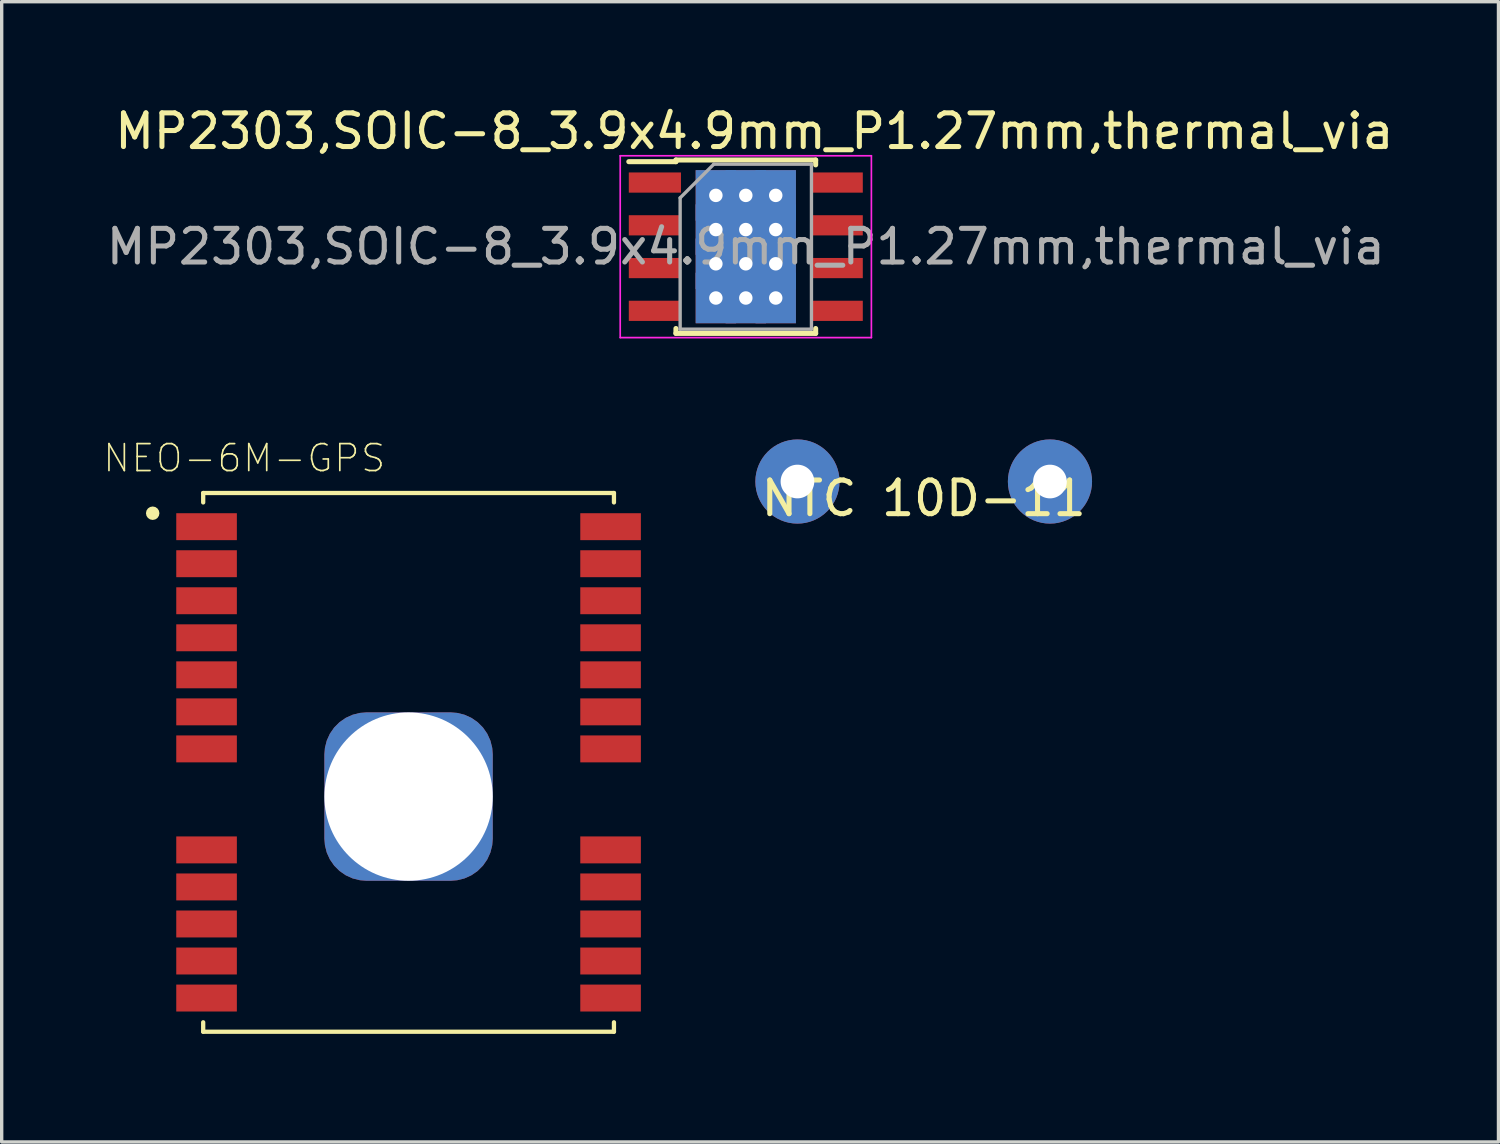
<source format=kicad_pcb>
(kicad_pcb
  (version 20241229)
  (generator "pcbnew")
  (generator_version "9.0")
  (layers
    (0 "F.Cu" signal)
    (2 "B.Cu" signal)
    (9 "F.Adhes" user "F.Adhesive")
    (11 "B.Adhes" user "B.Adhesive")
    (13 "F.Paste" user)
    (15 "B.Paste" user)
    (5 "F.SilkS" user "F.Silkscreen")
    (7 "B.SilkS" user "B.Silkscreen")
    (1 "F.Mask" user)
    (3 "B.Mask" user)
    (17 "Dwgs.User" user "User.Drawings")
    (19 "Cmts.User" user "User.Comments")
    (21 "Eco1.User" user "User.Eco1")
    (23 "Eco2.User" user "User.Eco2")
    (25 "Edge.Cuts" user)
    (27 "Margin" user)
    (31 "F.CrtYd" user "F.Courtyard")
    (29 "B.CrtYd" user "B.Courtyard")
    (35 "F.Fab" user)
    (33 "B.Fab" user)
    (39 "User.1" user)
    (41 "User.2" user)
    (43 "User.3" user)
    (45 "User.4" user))
  (footprint "NEO-6M-GPS"
    (layer "F.Cu")
    (at 9.085 19.593)
    (property "Reference" "NEO-6M-GPS" (at -4.88 -9.035 0) (layer "F.SilkS") (effects (font (size 0.8 0.8) (thickness 0.05))))
    (attr smd)
    (fp_line (start -6.1 -8) (end 6.1 -8) (stroke (width 0.127) (type solid)) (layer "F.SilkS"))
    (fp_line (start -6.1 -7.72) (end -6.1 -8) (stroke (width 0.127) (type solid)) (layer "F.SilkS"))
    (fp_line (start -6.1 7.72) (end -6.1 8) (stroke (width 0.127) (type solid)) (layer "F.SilkS"))
    (fp_line (start -6.1 8) (end 6.1 8) (stroke (width 0.127) (type solid)) (layer "F.SilkS"))
    (fp_line (start 6.1 -8) (end 6.1 -7.72) (stroke (width 0.127) (type solid)) (layer "F.SilkS"))
    (fp_line (start 6.1 8) (end 6.1 7.72) (stroke (width 0.127) (type solid)) (layer "F.SilkS"))
    (fp_circle (center -7.6 -7.4) (end -7.5 -7.4) (stroke (width 0.2) (type solid)) (fill no) (layer "F.SilkS"))
    (fp_poly (pts (xy -7.3 -6.6) (xy -6.1 -6.6) (xy -6.1 -6.7) (xy -5.2 -6.7) (xy -5.2 -7.3) (xy -6.1 -7.3) (xy -6.1 -7.4) (xy -7.3 -7.4)) (stroke (width 0.0001) (type solid)) (fill yes) (layer "F.Paste"))
    (fp_poly (pts (xy -7.3 -5.5) (xy -6.1 -5.5) (xy -6.1 -5.6) (xy -5.2 -5.6) (xy -5.2 -6.2) (xy -6.1 -6.2) (xy -6.1 -6.3) (xy -7.3 -6.3)) (stroke (width 0.0001) (type solid)) (fill yes) (layer "F.Paste"))
    (fp_poly (pts (xy -7.3 -4.4) (xy -6.1 -4.4) (xy -6.1 -4.5) (xy -5.2 -4.5) (xy -5.2 -5.1) (xy -6.1 -5.1) (xy -6.1 -5.2) (xy -7.3 -5.2)) (stroke (width 0.0001) (type solid)) (fill yes) (layer "F.Paste"))
    (fp_poly (pts (xy -7.3 -3.3) (xy -6.1 -3.3) (xy -6.1 -3.4) (xy -5.2 -3.4) (xy -5.2 -4) (xy -6.1 -4) (xy -6.1 -4.1) (xy -7.3 -4.1)) (stroke (width 0.0001) (type solid)) (fill yes) (layer "F.Paste"))
    (fp_poly (pts (xy -7.3 -2.2) (xy -6.1 -2.2) (xy -6.1 -2.3) (xy -5.2 -2.3) (xy -5.2 -2.9) (xy -6.1 -2.9) (xy -6.1 -3) (xy -7.3 -3)) (stroke (width 0.0001) (type solid)) (fill yes) (layer "F.Paste"))
    (fp_poly (pts (xy -7.3 -1.1) (xy -6.1 -1.1) (xy -6.1 -1.2) (xy -5.2 -1.2) (xy -5.2 -1.8) (xy -6.1 -1.8) (xy -6.1 -1.9) (xy -7.3 -1.9)) (stroke (width 0.0001) (type solid)) (fill yes) (layer "F.Paste"))
    (fp_poly (pts (xy -7.3 0) (xy -6.1 0) (xy -6.1 -0.1) (xy -5.2 -0.1) (xy -5.2 -0.7) (xy -6.1 -0.7) (xy -6.1 -0.8) (xy -7.3 -0.8)) (stroke (width 0.0001) (type solid)) (fill yes) (layer "F.Paste"))
    (fp_poly (pts (xy -7.3 2.2) (xy -6.1 2.2) (xy -6.1 2.3) (xy -5.2 2.3) (xy -5.2 2.9) (xy -6.1 2.9) (xy -6.1 3) (xy -7.3 3)) (stroke (width 0.0001) (type solid)) (fill yes) (layer "F.Paste"))
    (fp_poly (pts (xy -7.3 3.3) (xy -6.1 3.3) (xy -6.1 3.4) (xy -5.2 3.4) (xy -5.2 4) (xy -6.1 4) (xy -6.1 4.1) (xy -7.3 4.1)) (stroke (width 0.0001) (type solid)) (fill yes) (layer "F.Paste"))
    (fp_poly (pts (xy -7.3 4.4) (xy -6.1 4.4) (xy -6.1 4.5) (xy -5.2 4.5) (xy -5.2 5.1) (xy -6.1 5.1) (xy -6.1 5.2) (xy -7.3 5.2)) (stroke (width 0.0001) (type solid)) (fill yes) (layer "F.Paste"))
    (fp_poly (pts (xy -7.3 5.5) (xy -6.1 5.5) (xy -6.1 5.6) (xy -5.2 5.6) (xy -5.2 6.2) (xy -6.1 6.2) (xy -6.1 6.3) (xy -7.3 6.3)) (stroke (width 0.0001) (type solid)) (fill yes) (layer "F.Paste"))
    (fp_poly (pts (xy -7.3 6.6) (xy -6.1 6.6) (xy -6.1 6.7) (xy -5.2 6.7) (xy -5.2 7.3) (xy -6.1 7.3) (xy -6.1 7.4) (xy -7.3 7.4)) (stroke (width 0.0001) (type solid)) (fill yes) (layer "F.Paste"))
    (fp_poly (pts (xy 7.3 -6.6) (xy 6.1 -6.6) (xy 6.1 -6.7) (xy 5.2 -6.7) (xy 5.2 -7.3) (xy 6.1 -7.3) (xy 6.1 -7.4) (xy 7.3 -7.4)) (stroke (width 0.0001) (type solid)) (fill yes) (layer "F.Paste"))
    (fp_poly (pts (xy 7.3 -5.5) (xy 6.1 -5.5) (xy 6.1 -5.6) (xy 5.2 -5.6) (xy 5.2 -6.2) (xy 6.1 -6.2) (xy 6.1 -6.3) (xy 7.3 -6.3)) (stroke (width 0.0001) (type solid)) (fill yes) (layer "F.Paste"))
    (fp_poly (pts (xy 7.3 -4.4) (xy 6.1 -4.4) (xy 6.1 -4.5) (xy 5.2 -4.5) (xy 5.2 -5.1) (xy 6.1 -5.1) (xy 6.1 -5.2) (xy 7.3 -5.2)) (stroke (width 0.0001) (type solid)) (fill yes) (layer "F.Paste"))
    (fp_poly (pts (xy 7.3 -3.3) (xy 6.1 -3.3) (xy 6.1 -3.4) (xy 5.2 -3.4) (xy 5.2 -4) (xy 6.1 -4) (xy 6.1 -4.1) (xy 7.3 -4.1)) (stroke (width 0.0001) (type solid)) (fill yes) (layer "F.Paste"))
    (fp_poly (pts (xy 7.3 -2.2) (xy 6.1 -2.2) (xy 6.1 -2.3) (xy 5.2 -2.3) (xy 5.2 -2.9) (xy 6.1 -2.9) (xy 6.1 -3) (xy 7.3 -3)) (stroke (width 0.0001) (type solid)) (fill yes) (layer "F.Paste"))
    (fp_poly (pts (xy 7.3 -1.1) (xy 6.1 -1.1) (xy 6.1 -1.2) (xy 5.2 -1.2) (xy 5.2 -1.8) (xy 6.1 -1.8) (xy 6.1 -1.9) (xy 7.3 -1.9)) (stroke (width 0.0001) (type solid)) (fill yes) (layer "F.Paste"))
    (fp_poly (pts (xy 7.3 0) (xy 6.1 0) (xy 6.1 -0.1) (xy 5.2 -0.1) (xy 5.2 -0.7) (xy 6.1 -0.7) (xy 6.1 -0.8) (xy 7.3 -0.8)) (stroke (width 0.0001) (type solid)) (fill yes) (layer "F.Paste"))
    (fp_poly (pts (xy 7.3 2.2) (xy 6.1 2.2) (xy 6.1 2.3) (xy 5.2 2.3) (xy 5.2 2.9) (xy 6.1 2.9) (xy 6.1 3) (xy 7.3 3)) (stroke (width 0.0001) (type solid)) (fill yes) (layer "F.Paste"))
    (fp_poly (pts (xy 7.3 3.3) (xy 6.1 3.3) (xy 6.1 3.4) (xy 5.2 3.4) (xy 5.2 4) (xy 6.1 4) (xy 6.1 4.1) (xy 7.3 4.1)) (stroke (width 0.0001) (type solid)) (fill yes) (layer "F.Paste"))
    (fp_poly (pts (xy 7.3 4.4) (xy 6.1 4.4) (xy 6.1 4.5) (xy 5.2 4.5) (xy 5.2 5.1) (xy 6.1 5.1) (xy 6.1 5.2) (xy 7.3 5.2)) (stroke (width 0.0001) (type solid)) (fill yes) (layer "F.Paste"))
    (fp_poly (pts (xy 7.3 5.5) (xy 6.1 5.5) (xy 6.1 5.6) (xy 5.2 5.6) (xy 5.2 6.2) (xy 6.1 6.2) (xy 6.1 6.3) (xy 7.3 6.3)) (stroke (width 0.0001) (type solid)) (fill yes) (layer "F.Paste"))
    (fp_poly (pts (xy 7.3 6.6) (xy 6.1 6.6) (xy 6.1 6.7) (xy 5.2 6.7) (xy 5.2 7.3) (xy 6.1 7.3) (xy 6.1 7.4) (xy 7.3 7.4)) (stroke (width 0.0001) (type solid)) (fill yes) (layer "F.Paste"))
    (fp_line (start -7.15 -8.25) (end 7.15 -8.25) (stroke (width 0.05) (type solid)) (layer "Eco1.User"))
    (fp_line (start -7.15 8.25) (end -7.15 -8.25) (stroke (width 0.05) (type solid)) (layer "Eco1.User"))
    (fp_line (start 7.15 -8.25) (end 7.15 8.25) (stroke (width 0.05) (type solid)) (layer "Eco1.User"))
    (fp_line (start 7.15 8.25) (end -7.15 8.25) (stroke (width 0.05) (type solid)) (layer "Eco1.User"))
    (fp_line (start -6.1 -8) (end 6.1 -8) (stroke (width 0.127) (type solid)) (layer "Eco2.User"))
    (fp_line (start -6.1 8) (end -6.1 -8) (stroke (width 0.127) (type solid)) (layer "Eco2.User"))
    (fp_line (start 6.1 -8) (end 6.1 8) (stroke (width 0.127) (type solid)) (layer "Eco2.User"))
    (fp_line (start 6.1 8) (end -6.1 8) (stroke (width 0.127) (type solid)) (layer "Eco2.User"))
    (fp_circle (center -7.6 -7.4) (end -7.5 -7.4) (stroke (width 0.2) (type solid)) (fill no) (layer "Eco2.User"))
    (pad "" np_thru_hole roundrect (at 0 1.016) (size 5 5) (drill oval 5) (layers "*.Cu" "*.Mask") (roundrect_rratio 0.25))
    (pad "1" smd rect (at -6 -7 180) (size 1.8 0.8) (layers "F.Cu" "F.Mask" "F.Paste"))
    (pad "2" smd rect (at -6 -5.9 180) (size 1.8 0.8) (layers "F.Cu" "F.Mask" "F.Paste"))
    (pad "3" smd rect (at -6 -4.8 180) (size 1.8 0.8) (layers "F.Cu" "F.Mask" "F.Paste"))
    (pad "4" smd rect (at -6 -3.7 180) (size 1.8 0.8) (layers "F.Cu" "F.Mask" "F.Paste"))
    (pad "5" smd rect (at -6 -2.6 180) (size 1.8 0.8) (layers "F.Cu" "F.Mask" "F.Paste"))
    (pad "6" smd rect (at -6 -1.5 180) (size 1.8 0.8) (layers "F.Cu" "F.Mask" "F.Paste"))
    (pad "7" smd rect (at -6 -0.4 180) (size 1.8 0.8) (layers "F.Cu" "F.Mask" "F.Paste"))
    (pad "8" smd rect (at -6 2.6 180) (size 1.8 0.8) (layers "F.Cu" "F.Mask" "F.Paste"))
    (pad "9" smd rect (at -6 3.7 180) (size 1.8 0.8) (layers "F.Cu" "F.Mask" "F.Paste"))
    (pad "10" smd rect (at -6 4.8 180) (size 1.8 0.8) (layers "F.Cu" "F.Mask" "F.Paste"))
    (pad "11" smd rect (at -6 5.9 180) (size 1.8 0.8) (layers "F.Cu" "F.Mask" "F.Paste"))
    (pad "12" smd rect (at -6 7 180) (size 1.8 0.8) (layers "F.Cu" "F.Mask" "F.Paste"))
    (pad "13" smd rect (at 6 7 180) (size 1.8 0.8) (layers "F.Cu" "F.Mask" "F.Paste"))
    (pad "14" smd rect (at 6 5.9 180) (size 1.8 0.8) (layers "F.Cu" "F.Mask" "F.Paste"))
    (pad "15" smd rect (at 6 4.8 180) (size 1.8 0.8) (layers "F.Cu" "F.Mask" "F.Paste"))
    (pad "16" smd rect (at 6 3.7 180) (size 1.8 0.8) (layers "F.Cu" "F.Mask" "F.Paste"))
    (pad "17" smd rect (at 6 2.6 180) (size 1.8 0.8) (layers "F.Cu" "F.Mask" "F.Paste"))
    (pad "18" smd rect (at 6 -0.4 180) (size 1.8 0.8) (layers "F.Cu" "F.Mask" "F.Paste"))
    (pad "19" smd rect (at 6 -1.5 180) (size 1.8 0.8) (layers "F.Cu" "F.Mask" "F.Paste"))
    (pad "20" smd rect (at 6 -2.6 180) (size 1.8 0.8) (layers "F.Cu" "F.Mask" "F.Paste"))
    (pad "21" smd rect (at 6 -3.7 180) (size 1.8 0.8) (layers "F.Cu" "F.Mask" "F.Paste"))
    (pad "22" smd rect (at 6 -4.8 180) (size 1.8 0.8) (layers "F.Cu" "F.Mask" "F.Paste"))
    (pad "23" smd rect (at 6 -5.9 180) (size 1.8 0.8) (layers "F.Cu" "F.Mask" "F.Paste"))
    (pad "24" smd rect (at 6 -7 180) (size 1.8 0.8) (layers "F.Cu" "F.Mask" "F.Paste")))
  (footprint "NTC 10D-11"
    (layer "F.Cu")
    (at 24.385 11.252)
    (property "Reference" "NTC 10D-11" (at 0 0.5 0) (layer "F.SilkS") (effects (font (size 1 1) (thickness 0.15))))
    (attr through_hole)
    (pad "1" thru_hole circle (at -3.75 0) (size 2.5 2.5) (drill 1) (layers "*.Cu" "*.Mask"))
    (pad "2" thru_hole circle (at 3.75 0) (size 2.5 2.5) (drill 1) (layers "*.Cu" "*.Mask")))
  (footprint "MP2303,SOIC-8_3.9x4.9mm_P1.27mm,thermal_via"
    (layer "F.Cu")
    (at 19.101 4.277)
    (property "Reference" "MP2303,SOIC-8_3.9x4.9mm_P1.27mm,thermal_via" (at 0.254 -3.429 0) (layer "F.SilkS") (effects (font (size 1 1) (thickness 0.15))))
    (attr smd)
    (fp_line (start -2.075 -2.575) (end -2.075 -2.525) (stroke (width 0.15) (type solid)) (layer "F.SilkS"))
    (fp_line (start -2.075 -2.575) (end 2.075 -2.575) (stroke (width 0.15) (type solid)) (layer "F.SilkS"))
    (fp_line (start -2.075 -2.525) (end -3.475 -2.525) (stroke (width 0.15) (type solid)) (layer "F.SilkS"))
    (fp_line (start -2.075 2.575) (end -2.075 2.43) (stroke (width 0.15) (type solid)) (layer "F.SilkS"))
    (fp_line (start -2.075 2.575) (end 2.075 2.575) (stroke (width 0.15) (type solid)) (layer "F.SilkS"))
    (fp_line (start 2.075 -2.575) (end 2.075 -2.43) (stroke (width 0.15) (type solid)) (layer "F.SilkS"))
    (fp_line (start 2.075 2.575) (end 2.075 2.43) (stroke (width 0.15) (type solid)) (layer "F.SilkS"))
    (fp_line (start -3.73 -2.7) (end -3.73 2.7) (stroke (width 0.05) (type solid)) (layer "F.CrtYd"))
    (fp_line (start -3.73 -2.7) (end 3.73 -2.7) (stroke (width 0.05) (type solid)) (layer "F.CrtYd"))
    (fp_line (start -3.73 2.7) (end 3.73 2.7) (stroke (width 0.05) (type solid)) (layer "F.CrtYd"))
    (fp_line (start 3.73 -2.7) (end 3.73 2.7) (stroke (width 0.05) (type solid)) (layer "F.CrtYd"))
    (fp_line (start -1.95 -1.45) (end -0.95 -2.45) (stroke (width 0.1) (type solid)) (layer "F.Fab"))
    (fp_line (start -1.95 2.45) (end -1.95 -1.45) (stroke (width 0.1) (type solid)) (layer "F.Fab"))
    (fp_line (start -0.95 -2.45) (end 1.95 -2.45) (stroke (width 0.1) (type solid)) (layer "F.Fab"))
    (fp_line (start 1.95 -2.45) (end 1.95 2.45) (stroke (width 0.1) (type solid)) (layer "F.Fab"))
    (fp_line (start 1.95 2.45) (end -1.95 2.45) (stroke (width 0.1) (type solid)) (layer "F.Fab"))
    (fp_text user "${REFERENCE}" (at 0 0 0) (layer "F.Fab") (effects (font (size 1 1) (thickness 0.15))))
    (pad "" thru_hole rect (at -0.889 -1.524) (size 1.2 1.5) (drill 0.4) (layers "*.Cu" "F.Mask"))
    (pad "" thru_hole rect (at -0.889 -0.508) (size 1.2 1.5) (drill 0.4) (layers "*.Cu" "F.Mask"))
    (pad "" thru_hole rect (at -0.889 0.508) (size 1.2 1.5) (drill 0.4) (layers "*.Cu" "F.Mask"))
    (pad "" thru_hole rect (at -0.889 1.524) (size 1.2 1.5) (drill 0.4) (layers "*.Cu" "F.Mask"))
    (pad "" thru_hole rect (at 0 -1.524) (size 1.2 1.5) (drill 0.4) (layers "*.Cu" "F.Mask"))
    (pad "" thru_hole rect (at 0 -0.508) (size 1.2 1.5) (drill 0.4) (layers "*.Cu" "F.Mask"))
    (pad "" thru_hole rect (at 0 0.508) (size 1.2 1.5) (drill 0.4) (layers "*.Cu" "F.Mask"))
    (pad "" thru_hole rect (at 0 1.524) (size 1.2 1.5) (drill 0.4) (layers "*.Cu" "F.Mask"))
    (pad "" thru_hole rect (at 0.889 -1.524) (size 1.2 1.5) (drill 0.4) (layers "*.Cu" "F.Mask"))
    (pad "" thru_hole rect (at 0.889 -0.508) (size 1.2 1.5) (drill 0.4) (layers "*.Cu" "F.Mask"))
    (pad "" thru_hole rect (at 0.889 0.508) (size 1.2 1.5) (drill 0.4) (layers "*.Cu" "F.Mask"))
    (pad "" thru_hole rect (at 0.889 1.524) (size 1.2 1.5) (drill 0.4) (layers "*.Cu" "F.Mask"))
    (pad "1" smd rect (at -2.7 -1.905) (size 1.55 0.6) (layers "F.Cu" "F.Mask" "F.Paste"))
    (pad "2" smd rect (at -2.7 -0.635) (size 1.55 0.6) (layers "F.Cu" "F.Mask" "F.Paste"))
    (pad "3" smd rect (at -2.7 0.635) (size 1.55 0.6) (layers "F.Cu" "F.Mask" "F.Paste"))
    (pad "4" smd rect (at -2.7 1.905) (size 1.55 0.6) (layers "F.Cu" "F.Mask" "F.Paste"))
    (pad "5" smd rect (at 2.7 1.905) (size 1.55 0.6) (layers "F.Cu" "F.Mask" "F.Paste"))
    (pad "6" smd rect (at 2.7 0.635) (size 1.55 0.6) (layers "F.Cu" "F.Mask" "F.Paste"))
    (pad "7" smd rect (at 2.7 -0.635) (size 1.55 0.6) (layers "F.Cu" "F.Mask" "F.Paste"))
    (pad "8" smd rect (at 2.7 -1.905) (size 1.55 0.6) (layers "F.Cu" "F.Mask" "F.Paste")))
  (gr_rect
    (start -3 -3)
    (end 41.456 30.868)
    (stroke (width 0.1) (type default))
    (fill no)
    (layer "Edge.Cuts")))
</source>
